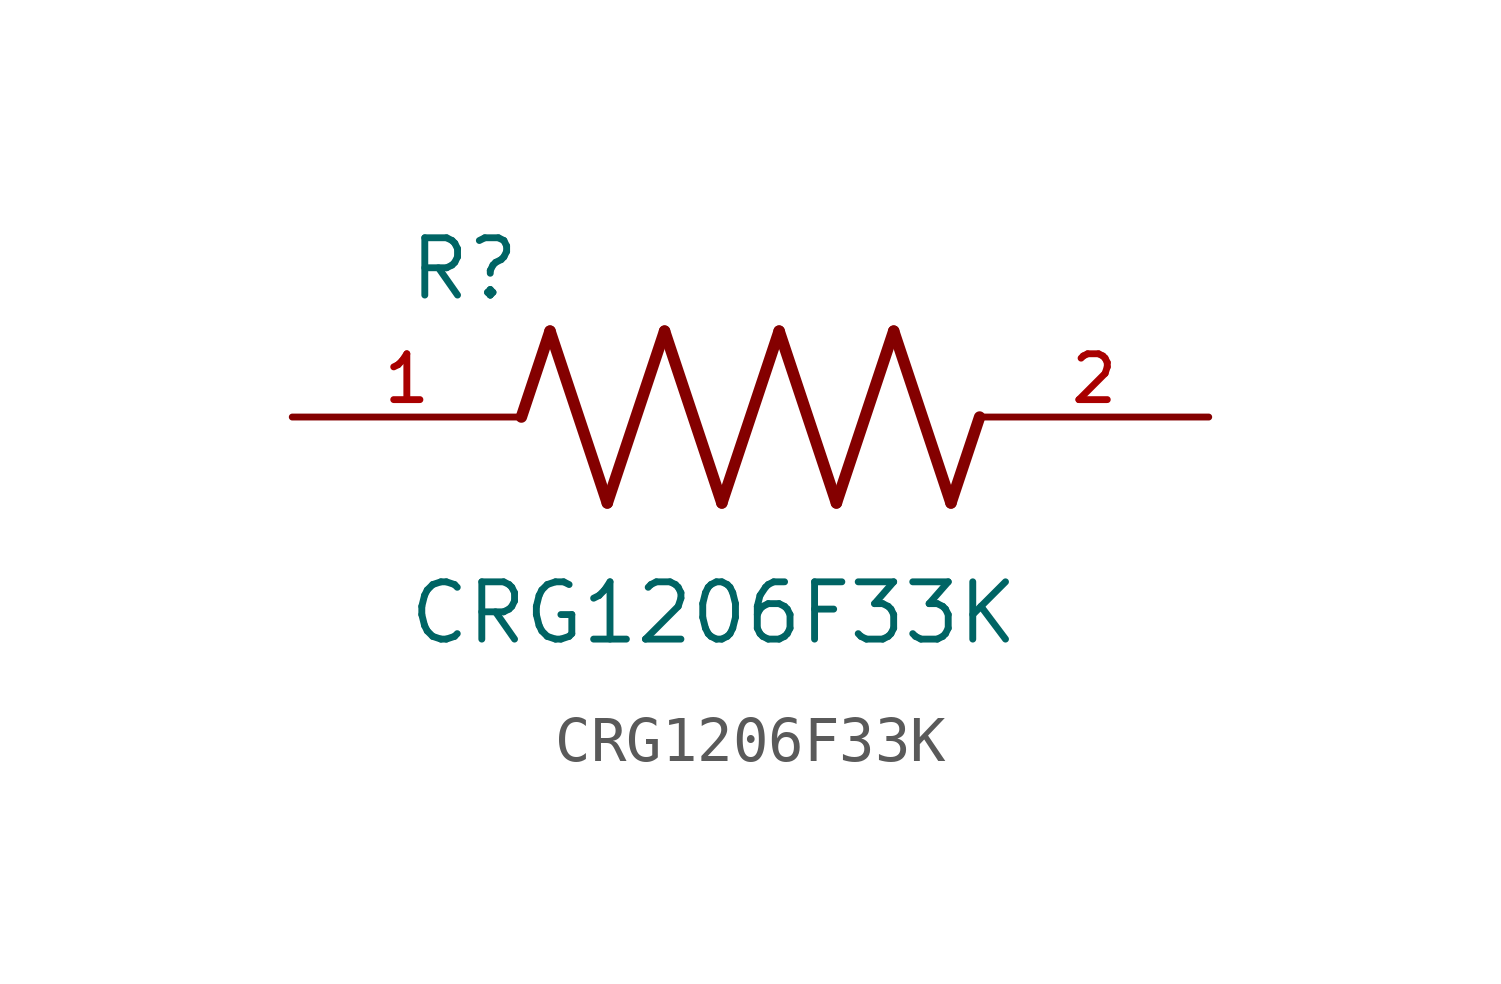
<source format=kicad_sym>
(kicad_symbol_lib
  (version 20211014)
  (generator kicad_symbol_editor)
  (symbol "CRG1206F33K"
    (pin_names
      (offset 1.016))
    (property "Reference" "R"
      (at -7.624 2.541 0)
      (effects (font (size 1.27 1.27)) (justify bottom left)))
    (property "Value" "CRG1206F33K"
      (at -7.63 -5.087 0)
      (effects (font (size 1.27 1.27)) (justify bottom left)))
    (symbol "CRG1206F33K_0_0"
      (polyline (pts (xy -5.08 0.0) (xy -4.445 1.905)) (stroke (width 0.254)))
      (polyline (pts (xy -4.445 1.905) (xy -3.175 -1.905)) (stroke (width 0.254)))
      (polyline (pts (xy -3.175 -1.905) (xy -1.905 1.905)) (stroke (width 0.254)))
      (polyline (pts (xy -1.905 1.905) (xy -0.635 -1.905)) (stroke (width 0.254)))
      (polyline (pts (xy -0.635 -1.905) (xy 0.635 1.905)) (stroke (width 0.254)))
      (polyline (pts (xy 0.635 1.905) (xy 1.905 -1.905)) (stroke (width 0.254)))
      (polyline (pts (xy 1.905 -1.905) (xy 3.175 1.905)) (stroke (width 0.254)))
      (polyline (pts (xy 3.175 1.905) (xy 4.445 -1.905)) (stroke (width 0.254)))
      (polyline (pts (xy 4.445 -1.905) (xy 5.08 0.0)) (stroke (width 0.254)))
      (pin passive line (at -10.16 0.0 0) (length 5.08) (name "~" (effects (font (size 1.016 1.016)))) (number "1" (effects (font (size 1.016 1.016)))))
      (pin passive line (at 10.16 0.0 180.0) (length 5.08) (name "~" (effects (font (size 1.016 1.016)))) (number "2" (effects (font (size 1.016 1.016))))))))
</source>
